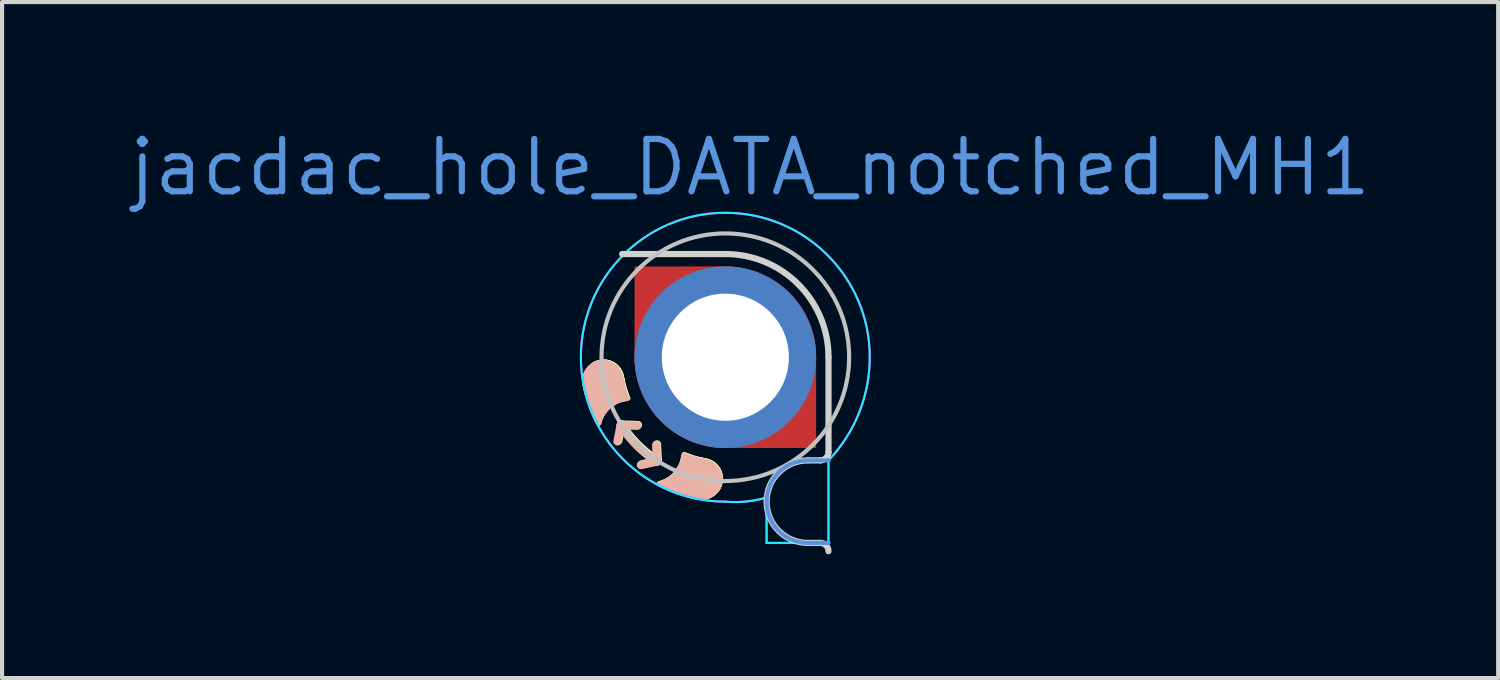
<source format=kicad_pcb>
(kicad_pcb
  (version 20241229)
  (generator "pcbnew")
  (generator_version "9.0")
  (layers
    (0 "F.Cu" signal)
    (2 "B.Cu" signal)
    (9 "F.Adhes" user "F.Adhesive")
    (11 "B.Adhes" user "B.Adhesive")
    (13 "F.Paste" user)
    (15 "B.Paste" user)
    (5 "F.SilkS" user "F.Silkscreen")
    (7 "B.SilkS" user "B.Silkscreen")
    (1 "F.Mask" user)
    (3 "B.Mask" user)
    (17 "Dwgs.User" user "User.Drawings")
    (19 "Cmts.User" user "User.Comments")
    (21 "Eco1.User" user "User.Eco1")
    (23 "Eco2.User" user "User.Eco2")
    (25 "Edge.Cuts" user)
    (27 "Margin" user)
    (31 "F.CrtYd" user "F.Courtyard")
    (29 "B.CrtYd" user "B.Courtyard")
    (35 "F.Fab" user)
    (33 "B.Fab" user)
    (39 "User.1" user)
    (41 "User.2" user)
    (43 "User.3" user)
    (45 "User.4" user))
  (footprint "jacdac_hole_DATA_notched_MH1"
    (layer "F.Cu")
    (at 14.526 5.606)
    (property "Reference" "jacdac_hole_DATA_notched_MH1" (at 0.6 -4.6 0) (layer "Cmts.User") (effects (font (size 1.27 1.27) (thickness 0.15))))
    (attr through_hole)
    (fp_poly (pts (arc (start 2.5 0) (mid 1.767767 -1.767767) (end 0 -2.5)) (xy -2.5 -2.5) (arc (start -2.5 0) (mid -1.767767 1.767767) (end 0 2.5)) (xy 2.5 2.5)) (stroke (width 0) (type solid)) (fill yes) (layer "F.Mask"))
    (fp_circle (center 0 0) (end 2.5 0) (stroke (width 0) (type solid)) (fill yes) (layer "B.Mask"))
    (fp_line (start -3.399 0.554) (end -3.399 0.576) (stroke (width 0.1) (type solid)) (layer "F.SilkS"))
    (fp_line (start -3.399 0.532) (end -3.399 0.554) (stroke (width 0.1) (type solid)) (layer "F.SilkS"))
    (fp_line (start -3.399 0.576) (end -3.397 0.599) (stroke (width 0.1) (type solid)) (layer "F.SilkS"))
    (fp_line (start -3.397 0.51) (end -3.399 0.532) (stroke (width 0.1) (type solid)) (layer "F.SilkS"))
    (fp_line (start -3.397 0.599) (end -3.394 0.622) (stroke (width 0.1) (type solid)) (layer "F.SilkS"))
    (fp_line (start -3.394 0.488) (end -3.397 0.51) (stroke (width 0.1) (type solid)) (layer "F.SilkS"))
    (fp_line (start -3.394 0.622) (end -3.368 0.749) (stroke (width 0.1) (type solid)) (layer "F.SilkS"))
    (fp_line (start -3.394 0.622) (end -3.39 0.644) (stroke (width 0.1) (type solid)) (layer "F.SilkS"))
    (fp_line (start -3.391 0.466) (end -3.394 0.488) (stroke (width 0.1) (type solid)) (layer "F.SilkS"))
    (fp_line (start -3.386 0.445) (end -3.391 0.466) (stroke (width 0.1) (type solid)) (layer "F.SilkS"))
    (fp_line (start -3.38 0.424) (end -3.386 0.445) (stroke (width 0.1) (type solid)) (layer "F.SilkS"))
    (fp_line (start -3.373 0.404) (end -3.38 0.424) (stroke (width 0.1) (type solid)) (layer "F.SilkS"))
    (fp_line (start -3.368 0.749) (end -3.338 0.875) (stroke (width 0.1) (type solid)) (layer "F.SilkS"))
    (fp_line (start -3.366 0.383) (end -3.373 0.404) (stroke (width 0.1) (type solid)) (layer "F.SilkS"))
    (fp_line (start -3.357 0.364) (end -3.366 0.383) (stroke (width 0.1) (type solid)) (layer "F.SilkS"))
    (fp_line (start -3.348 0.344) (end -3.357 0.364) (stroke (width 0.1) (type solid)) (layer "F.SilkS"))
    (fp_line (start -3.338 0.875) (end -3.302 0.999) (stroke (width 0.1) (type solid)) (layer "F.SilkS"))
    (fp_line (start -3.337 0.326) (end -3.348 0.344) (stroke (width 0.1) (type solid)) (layer "F.SilkS"))
    (fp_line (start -3.326 0.307) (end -3.337 0.326) (stroke (width 0.1) (type solid)) (layer "F.SilkS"))
    (fp_line (start -3.314 0.29) (end -3.326 0.307) (stroke (width 0.1) (type solid)) (layer "F.SilkS"))
    (fp_line (start -3.302 0.999) (end -3.263 1.122) (stroke (width 0.1) (type solid)) (layer "F.SilkS"))
    (fp_line (start -3.3 0.272) (end -3.314 0.29) (stroke (width 0.1) (type solid)) (layer "F.SilkS"))
    (fp_line (start -3.287 0.256) (end -3.3 0.272) (stroke (width 0.1) (type solid)) (layer "F.SilkS"))
    (fp_line (start -3.272 0.24) (end -3.287 0.256) (stroke (width 0.1) (type solid)) (layer "F.SilkS"))
    (fp_line (start -3.263 1.122) (end -3.218 1.244) (stroke (width 0.1) (type solid)) (layer "F.SilkS"))
    (fp_line (start -3.257 0.225) (end -3.272 0.24) (stroke (width 0.1) (type solid)) (layer "F.SilkS"))
    (fp_line (start -3.24 0.211) (end -3.257 0.225) (stroke (width 0.1) (type solid)) (layer "F.SilkS"))
    (fp_line (start -3.224 0.197) (end -3.24 0.211) (stroke (width 0.1) (type solid)) (layer "F.SilkS"))
    (fp_line (start -3.218 1.244) (end -3.169 1.363) (stroke (width 0.1) (type solid)) (layer "F.SilkS"))
    (fp_line (start -3.206 0.184) (end -3.224 0.197) (stroke (width 0.1) (type solid)) (layer "F.SilkS"))
    (fp_line (start -3.188 0.172) (end -3.206 0.184) (stroke (width 0.1) (type solid)) (layer "F.SilkS"))
    (fp_line (start -3.169 1.363) (end -3.116 1.481) (stroke (width 0.1) (type solid)) (layer "F.SilkS"))
    (fp_line (start -3.169 0.161) (end -3.188 0.172) (stroke (width 0.1) (type solid)) (layer "F.SilkS"))
    (fp_line (start -3.149 0.15) (end -3.169 0.161) (stroke (width 0.1) (type solid)) (layer "F.SilkS"))
    (fp_line (start -3.129 0.141) (end -3.149 0.15) (stroke (width 0.1) (type solid)) (layer "F.SilkS"))
    (fp_line (start -3.116 1.481) (end -3.058 1.597) (stroke (width 0.1) (type solid)) (layer "F.SilkS"))
    (fp_line (start -3.108 0.133) (end -3.129 0.141) (stroke (width 0.1) (type solid)) (layer "F.SilkS"))
    (fp_line (start -3.087 0.125) (end -3.108 0.133) (stroke (width 0.1) (type solid)) (layer "F.SilkS"))
    (fp_line (start -3.069 1.236) (end -3.069 1.261) (stroke (width 0.33) (type solid)) (layer "F.SilkS"))
    (fp_line (start -3.069 1.261) (end -3.066 1.286) (stroke (width 0.33) (type solid)) (layer "F.SilkS"))
    (fp_line (start -3.069 1.211) (end -3.069 1.236) (stroke (width 0.33) (type solid)) (layer "F.SilkS"))
    (fp_line (start -3.066 1.286) (end -3.062 1.311) (stroke (width 0.33) (type solid)) (layer "F.SilkS"))
    (fp_line (start -3.066 1.186) (end -3.069 1.211) (stroke (width 0.33) (type solid)) (layer "F.SilkS"))
    (fp_line (start -3.065 0.119) (end -3.087 0.125) (stroke (width 0.1) (type solid)) (layer "F.SilkS"))
    (fp_line (start -3.062 1.161) (end -3.066 1.186) (stroke (width 0.33) (type solid)) (layer "F.SilkS"))
    (fp_line (start -3.058 1.597) (end -3.058 1.597) (stroke (width 0.1) (type solid)) (layer "F.SilkS"))
    (fp_line (start -3.058 1.597) (end -3.049 1.566) (stroke (width 0.1) (type solid)) (layer "F.SilkS"))
    (fp_line (start -3.056 1.137) (end -3.062 1.161) (stroke (width 0.33) (type solid)) (layer "F.SilkS"))
    (fp_line (start -3.049 1.566) (end -3.04 1.536) (stroke (width 0.1) (type solid)) (layer "F.SilkS"))
    (fp_line (start -3.048 1.114) (end -3.056 1.137) (stroke (width 0.33) (type solid)) (layer "F.SilkS"))
    (fp_line (start -3.043 0.113) (end -3.065 0.119) (stroke (width 0.1) (type solid)) (layer "F.SilkS"))
    (fp_line (start -3.043 0.113) (end -3.043 0.113) (stroke (width 0.1) (type solid)) (layer "F.SilkS"))
    (fp_line (start -3.04 1.536) (end -3.029 1.506) (stroke (width 0.1) (type solid)) (layer "F.SilkS"))
    (fp_line (start -3.039 1.09) (end -3.048 1.114) (stroke (width 0.33) (type solid)) (layer "F.SilkS"))
    (fp_line (start -3.029 1.506) (end -3.017 1.477) (stroke (width 0.1) (type solid)) (layer "F.SilkS"))
    (fp_line (start -3.029 1.068) (end -3.039 1.09) (stroke (width 0.33) (type solid)) (layer "F.SilkS"))
    (fp_line (start -3.02 0.109) (end -3.043 0.113) (stroke (width 0.1) (type solid)) (layer "F.SilkS"))
    (fp_line (start -3.017 1.477) (end -3.005 1.448) (stroke (width 0.1) (type solid)) (layer "F.SilkS"))
    (fp_line (start -3.017 1.046) (end -3.029 1.068) (stroke (width 0.33) (type solid)) (layer "F.SilkS"))
    (fp_line (start -3.005 1.448) (end -2.991 1.42) (stroke (width 0.1) (type solid)) (layer "F.SilkS"))
    (fp_line (start -3.003 1.025) (end -3.017 1.046) (stroke (width 0.33) (type solid)) (layer "F.SilkS"))
    (fp_line (start -2.997 0.106) (end -3.02 0.109) (stroke (width 0.1) (type solid)) (layer "F.SilkS"))
    (fp_line (start -2.991 1.42) (end -2.976 1.393) (stroke (width 0.1) (type solid)) (layer "F.SilkS"))
    (fp_line (start -2.988 1.005) (end -3.003 1.025) (stroke (width 0.33) (type solid)) (layer "F.SilkS"))
    (fp_line (start -2.976 1.393) (end -2.96 1.367) (stroke (width 0.1) (type solid)) (layer "F.SilkS"))
    (fp_line (start -2.975 0.104) (end -2.997 0.106) (stroke (width 0.1) (type solid)) (layer "F.SilkS"))
    (fp_line (start -2.971 0.986) (end -2.988 1.005) (stroke (width 0.33) (type solid)) (layer "F.SilkS"))
    (fp_line (start -2.96 1.367) (end -2.943 1.341) (stroke (width 0.1) (type solid)) (layer "F.SilkS"))
    (fp_line (start -2.954 0.968) (end -2.971 0.986) (stroke (width 0.33) (type solid)) (layer "F.SilkS"))
    (fp_line (start -2.952 0.104) (end -2.975 0.104) (stroke (width 0.1) (type solid)) (layer "F.SilkS"))
    (fp_line (start -2.947 0.566) (end -2.94 0.603) (stroke (width 1) (type solid)) (layer "F.SilkS"))
    (fp_line (start -2.943 1.341) (end -2.925 1.316) (stroke (width 0.1) (type solid)) (layer "F.SilkS"))
    (fp_line (start -2.94 0.603) (end -2.932 0.639) (stroke (width 1) (type solid)) (layer "F.SilkS"))
    (fp_line (start -2.934 0.951) (end -2.954 0.968) (stroke (width 0.33) (type solid)) (layer "F.SilkS"))
    (fp_line (start -2.934 0.951) (end -2.934 0.951) (stroke (width 0.33) (type solid)) (layer "F.SilkS"))
    (fp_line (start -2.932 0.639) (end -2.924 0.675) (stroke (width 1) (type solid)) (layer "F.SilkS"))
    (fp_line (start -2.93 0.104) (end -2.952 0.104) (stroke (width 0.1) (type solid)) (layer "F.SilkS"))
    (fp_line (start -2.925 1.316) (end -2.907 1.291) (stroke (width 0.1) (type solid)) (layer "F.SilkS"))
    (fp_line (start -2.924 0.675) (end -2.915 0.711) (stroke (width 1) (type solid)) (layer "F.SilkS"))
    (fp_line (start -2.914 0.936) (end -2.934 0.951) (stroke (width 0.33) (type solid)) (layer "F.SilkS"))
    (fp_line (start -2.908 0.105) (end -2.93 0.104) (stroke (width 0.1) (type solid)) (layer "F.SilkS"))
    (fp_line (start -2.907 1.291) (end -2.887 1.268) (stroke (width 0.1) (type solid)) (layer "F.SilkS"))
    (fp_line (start -2.893 0.922) (end -2.914 0.936) (stroke (width 0.33) (type solid)) (layer "F.SilkS"))
    (fp_line (start -2.887 1.268) (end -2.866 1.245) (stroke (width 0.1) (type solid)) (layer "F.SilkS"))
    (fp_line (start -2.886 0.108) (end -2.908 0.105) (stroke (width 0.1) (type solid)) (layer "F.SilkS"))
    (fp_line (start -2.871 0.909) (end -2.893 0.922) (stroke (width 0.33) (type solid)) (layer "F.SilkS"))
    (fp_line (start -2.866 1.245) (end -2.845 1.223) (stroke (width 0.1) (type solid)) (layer "F.SilkS"))
    (fp_line (start -2.865 0.111) (end -2.886 0.108) (stroke (width 0.1) (type solid)) (layer "F.SilkS"))
    (fp_line (start -2.848 0.898) (end -2.871 0.909) (stroke (width 0.33) (type solid)) (layer "F.SilkS"))
    (fp_line (start -2.845 1.223) (end -2.823 1.202) (stroke (width 0.1) (type solid)) (layer "F.SilkS"))
    (fp_line (start -2.843 0.116) (end -2.865 0.111) (stroke (width 0.1) (type solid)) (layer "F.SilkS"))
    (fp_line (start -2.825 0.889) (end -2.848 0.898) (stroke (width 0.33) (type solid)) (layer "F.SilkS"))
    (fp_line (start -2.823 1.202) (end -2.8 1.181) (stroke (width 0.1) (type solid)) (layer "F.SilkS"))
    (fp_line (start -2.822 0.122) (end -2.843 0.116) (stroke (width 0.1) (type solid)) (layer "F.SilkS"))
    (fp_line (start -2.802 0.128) (end -2.822 0.122) (stroke (width 0.1) (type solid)) (layer "F.SilkS"))
    (fp_line (start -2.802 0.881) (end -2.825 0.889) (stroke (width 0.33) (type solid)) (layer "F.SilkS"))
    (fp_line (start -2.8 1.181) (end -2.776 1.162) (stroke (width 0.1) (type solid)) (layer "F.SilkS"))
    (fp_line (start -2.782 0.136) (end -2.802 0.128) (stroke (width 0.1) (type solid)) (layer "F.SilkS"))
    (fp_line (start -2.777 0.875) (end -2.802 0.881) (stroke (width 0.33) (type solid)) (layer "F.SilkS"))
    (fp_line (start -2.776 1.162) (end -2.752 1.144) (stroke (width 0.1) (type solid)) (layer "F.SilkS"))
    (fp_line (start -2.762 0.144) (end -2.782 0.136) (stroke (width 0.1) (type solid)) (layer "F.SilkS"))
    (fp_line (start -2.753 0.871) (end -2.777 0.875) (stroke (width 0.33) (type solid)) (layer "F.SilkS"))
    (fp_line (start -2.752 1.144) (end -2.727 1.126) (stroke (width 0.1) (type solid)) (layer "F.SilkS"))
    (fp_line (start -2.742 0.154) (end -2.762 0.144) (stroke (width 0.1) (type solid)) (layer "F.SilkS"))
    (fp_line (start -2.728 0.868) (end -2.753 0.871) (stroke (width 0.33) (type solid)) (layer "F.SilkS"))
    (fp_line (start -2.727 1.126) (end -2.701 1.109) (stroke (width 0.1) (type solid)) (layer "F.SilkS"))
    (fp_line (start -2.724 0.164) (end -2.742 0.154) (stroke (width 0.1) (type solid)) (layer "F.SilkS"))
    (fp_line (start -2.705 0.175) (end -2.724 0.164) (stroke (width 0.1) (type solid)) (layer "F.SilkS"))
    (fp_line (start -2.704 0.867) (end -2.728 0.868) (stroke (width 0.33) (type solid)) (layer "F.SilkS"))
    (fp_line (start -2.701 1.109) (end -2.675 1.094) (stroke (width 0.1) (type solid)) (layer "F.SilkS"))
    (fp_line (start -2.687 0.187) (end -2.705 0.175) (stroke (width 0.1) (type solid)) (layer "F.SilkS"))
    (fp_line (start -2.679 0.868) (end -2.704 0.867) (stroke (width 0.33) (type solid)) (layer "F.SilkS"))
    (fp_line (start -2.675 1.094) (end -2.648 1.079) (stroke (width 0.1) (type solid)) (layer "F.SilkS"))
    (fp_line (start -2.67 0.2) (end -2.687 0.187) (stroke (width 0.1) (type solid)) (layer "F.SilkS"))
    (fp_line (start -2.654 0.87) (end -2.679 0.868) (stroke (width 0.33) (type solid)) (layer "F.SilkS"))
    (fp_line (start -2.654 0.214) (end -2.67 0.2) (stroke (width 0.1) (type solid)) (layer "F.SilkS"))
    (fp_line (start -2.648 1.079) (end -2.62 1.066) (stroke (width 0.1) (type solid)) (layer "F.SilkS"))
    (fp_line (start -2.638 0.229) (end -2.654 0.214) (stroke (width 0.1) (type solid)) (layer "F.SilkS"))
    (fp_line (start -2.629 0.874) (end -2.654 0.87) (stroke (width 0.33) (type solid)) (layer "F.SilkS"))
    (fp_line (start -2.622 0.244) (end -2.638 0.229) (stroke (width 0.1) (type solid)) (layer "F.SilkS"))
    (fp_line (start -2.62 1.066) (end -2.592 1.053) (stroke (width 0.1) (type solid)) (layer "F.SilkS"))
    (fp_line (start -2.608 0.26) (end -2.622 0.244) (stroke (width 0.1) (type solid)) (layer "F.SilkS"))
    (fp_line (start -2.605 0.879) (end -2.629 0.874) (stroke (width 0.33) (type solid)) (layer "F.SilkS"))
    (fp_line (start -2.594 0.277) (end -2.608 0.26) (stroke (width 0.1) (type solid)) (layer "F.SilkS"))
    (fp_line (start -2.594 2.023) (end -2.518 1.63) (stroke (width 0.2) (type solid)) (layer "F.SilkS"))
    (fp_line (start -2.592 1.053) (end -2.563 1.042) (stroke (width 0.1) (type solid)) (layer "F.SilkS"))
    (fp_line (start -2.581 0.294) (end -2.594 0.277) (stroke (width 0.1) (type solid)) (layer "F.SilkS"))
    (fp_line (start -2.58 0.887) (end -2.605 0.879) (stroke (width 0.33) (type solid)) (layer "F.SilkS"))
    (fp_line (start -2.569 0.312) (end -2.581 0.294) (stroke (width 0.1) (type solid)) (layer "F.SilkS"))
    (fp_line (start -2.563 1.042) (end -2.534 1.031) (stroke (width 0.1) (type solid)) (layer "F.SilkS"))
    (fp_line (start -2.558 0.331) (end -2.569 0.312) (stroke (width 0.1) (type solid)) (layer "F.SilkS"))
    (fp_line (start -2.556 0.896) (end -2.58 0.887) (stroke (width 0.33) (type solid)) (layer "F.SilkS"))
    (fp_line (start -2.547 0.351) (end -2.558 0.331) (stroke (width 0.1) (type solid)) (layer "F.SilkS"))
    (fp_line (start -2.538 0.371) (end -2.547 0.351) (stroke (width 0.1) (type solid)) (layer "F.SilkS"))
    (fp_line (start -2.534 1.031) (end -2.504 1.022) (stroke (width 0.1) (type solid)) (layer "F.SilkS"))
    (fp_line (start -2.529 0.392) (end -2.538 0.371) (stroke (width 0.1) (type solid)) (layer "F.SilkS"))
    (fp_line (start -2.522 0.413) (end -2.529 0.392) (stroke (width 0.1) (type solid)) (layer "F.SilkS"))
    (fp_line (start -2.518 1.63) (end -2.474 1.696) (stroke (width 0.2) (type solid)) (layer "F.SilkS"))
    (fp_line (start -2.518 1.63) (end -2.118 1.644) (stroke (width 0.2) (type solid)) (layer "F.SilkS"))
    (fp_line (start -2.515 0.435) (end -2.522 0.413) (stroke (width 0.1) (type solid)) (layer "F.SilkS"))
    (fp_line (start -2.51 0.457) (end -2.515 0.435) (stroke (width 0.1) (type solid)) (layer "F.SilkS"))
    (fp_line (start -2.51 0.457) (end -2.497 0.523) (stroke (width 0.1) (type solid)) (layer "F.SilkS"))
    (fp_line (start -2.504 1.022) (end -2.474 1.014) (stroke (width 0.1) (type solid)) (layer "F.SilkS"))
    (fp_line (start -2.497 0.523) (end -2.482 0.588) (stroke (width 0.1) (type solid)) (layer "F.SilkS"))
    (fp_line (start -2.482 0.588) (end -2.466 0.653) (stroke (width 0.1) (type solid)) (layer "F.SilkS"))
    (fp_line (start -2.474 1.696) (end -2.428 1.76) (stroke (width 0.2) (type solid)) (layer "F.SilkS"))
    (fp_line (start -2.474 1.014) (end -2.443 1.007) (stroke (width 0.1) (type solid)) (layer "F.SilkS"))
    (fp_line (start -2.466 0.653) (end -2.448 0.717) (stroke (width 0.1) (type solid)) (layer "F.SilkS"))
    (fp_line (start -2.448 0.717) (end -2.428 0.781) (stroke (width 0.1) (type solid)) (layer "F.SilkS"))
    (fp_line (start -2.443 1.007) (end -2.412 1.001) (stroke (width 0.1) (type solid)) (layer "F.SilkS"))
    (fp_line (start -2.428 1.76) (end -2.381 1.823) (stroke (width 0.2) (type solid)) (layer "F.SilkS"))
    (fp_line (start -2.428 0.781) (end -2.406 0.844) (stroke (width 0.1) (type solid)) (layer "F.SilkS"))
    (fp_line (start -2.412 1.001) (end -2.38 0.997) (stroke (width 0.1) (type solid)) (layer "F.SilkS"))
    (fp_line (start -2.406 0.844) (end -2.383 0.907) (stroke (width 0.1) (type solid)) (layer "F.SilkS"))
    (fp_line (start -2.383 0.907) (end -2.359 0.969) (stroke (width 0.1) (type solid)) (layer "F.SilkS"))
    (fp_line (start -2.381 1.823) (end -2.333 1.885) (stroke (width 0.2) (type solid)) (layer "F.SilkS"))
    (fp_line (start -2.38 0.997) (end -2.349 0.993) (stroke (width 0.1) (type solid)) (layer "F.SilkS"))
    (fp_line (start -2.333 1.885) (end -2.283 1.945) (stroke (width 0.2) (type solid)) (layer "F.SilkS"))
    (fp_line (start -2.283 1.945) (end -2.231 2.004) (stroke (width 0.2) (type solid)) (layer "F.SilkS"))
    (fp_line (start -2.231 2.004) (end -2.178 2.061) (stroke (width 0.2) (type solid)) (layer "F.SilkS"))
    (fp_line (start -2.178 2.061) (end -2.123 2.118) (stroke (width 0.2) (type solid)) (layer "F.SilkS"))
    (fp_line (start -2.123 2.118) (end -2.067 2.172) (stroke (width 0.2) (type solid)) (layer "F.SilkS"))
    (fp_line (start -2.067 2.172) (end -2.009 2.226) (stroke (width 0.2) (type solid)) (layer "F.SilkS"))
    (fp_line (start -2.009 2.226) (end -1.95 2.277) (stroke (width 0.2) (type solid)) (layer "F.SilkS"))
    (fp_line (start -1.95 2.277) (end -1.89 2.327) (stroke (width 0.2) (type solid)) (layer "F.SilkS"))
    (fp_line (start -1.89 2.327) (end -1.828 2.376) (stroke (width 0.2) (type solid)) (layer "F.SilkS"))
    (fp_line (start -1.828 2.376) (end -1.765 2.423) (stroke (width 0.2) (type solid)) (layer "F.SilkS"))
    (fp_line (start -1.765 2.423) (end -1.701 2.469) (stroke (width 0.2) (type solid)) (layer "F.SilkS"))
    (fp_line (start -1.701 2.469) (end -1.635 2.512) (stroke (width 0.2) (type solid)) (layer "F.SilkS"))
    (fp_line (start -1.635 2.512) (end -2.027 2.596) (stroke (width 0.2) (type solid)) (layer "F.SilkS"))
    (fp_line (start -1.635 2.512) (end -1.656 2.113) (stroke (width 0.2) (type solid)) (layer "F.SilkS"))
    (fp_line (start -1.602 3.053) (end -1.571 3.044) (stroke (width 0.1) (type solid)) (layer "F.SilkS"))
    (fp_line (start -1.602 3.053) (end -1.486 3.11) (stroke (width 0.1) (type solid)) (layer "F.SilkS"))
    (fp_line (start -1.571 3.044) (end -1.541 3.035) (stroke (width 0.1) (type solid)) (layer "F.SilkS"))
    (fp_line (start -1.541 3.035) (end -1.511 3.024) (stroke (width 0.1) (type solid)) (layer "F.SilkS"))
    (fp_line (start -1.511 3.024) (end -1.482 3.012) (stroke (width 0.1) (type solid)) (layer "F.SilkS"))
    (fp_line (start -1.486 3.11) (end -1.369 3.164) (stroke (width 0.1) (type solid)) (layer "F.SilkS"))
    (fp_line (start -1.482 3.012) (end -1.454 2.999) (stroke (width 0.1) (type solid)) (layer "F.SilkS"))
    (fp_line (start -1.454 2.999) (end -1.426 2.986) (stroke (width 0.1) (type solid)) (layer "F.SilkS"))
    (fp_line (start -1.426 2.986) (end -1.398 2.971) (stroke (width 0.1) (type solid)) (layer "F.SilkS"))
    (fp_line (start -1.398 2.971) (end -1.372 2.955) (stroke (width 0.1) (type solid)) (layer "F.SilkS"))
    (fp_line (start -1.372 2.955) (end -1.346 2.938) (stroke (width 0.1) (type solid)) (layer "F.SilkS"))
    (fp_line (start -1.369 3.164) (end -1.249 3.213) (stroke (width 0.1) (type solid)) (layer "F.SilkS"))
    (fp_line (start -1.346 2.938) (end -1.321 2.92) (stroke (width 0.1) (type solid)) (layer "F.SilkS"))
    (fp_line (start -1.321 2.92) (end -1.296 2.901) (stroke (width 0.1) (type solid)) (layer "F.SilkS"))
    (fp_line (start -1.317 3.057) (end -1.291 3.061) (stroke (width 0.33) (type solid)) (layer "F.SilkS"))
    (fp_line (start -1.296 2.901) (end -1.273 2.882) (stroke (width 0.1) (type solid)) (layer "F.SilkS"))
    (fp_line (start -1.291 3.061) (end -1.266 3.064) (stroke (width 0.33) (type solid)) (layer "F.SilkS"))
    (fp_line (start -1.273 2.882) (end -1.25 2.861) (stroke (width 0.1) (type solid)) (layer "F.SilkS"))
    (fp_line (start -1.266 3.064) (end -1.241 3.064) (stroke (width 0.33) (type solid)) (layer "F.SilkS"))
    (fp_line (start -1.25 2.861) (end -1.228 2.84) (stroke (width 0.1) (type solid)) (layer "F.SilkS"))
    (fp_line (start -1.249 3.213) (end -1.128 3.257) (stroke (width 0.1) (type solid)) (layer "F.SilkS"))
    (fp_line (start -1.241 3.064) (end -1.216 3.063) (stroke (width 0.33) (type solid)) (layer "F.SilkS"))
    (fp_line (start -1.228 2.84) (end -1.207 2.818) (stroke (width 0.1) (type solid)) (layer "F.SilkS"))
    (fp_line (start -1.216 3.063) (end -1.191 3.061) (stroke (width 0.33) (type solid)) (layer "F.SilkS"))
    (fp_line (start -1.207 2.818) (end -1.187 2.795) (stroke (width 0.1) (type solid)) (layer "F.SilkS"))
    (fp_line (start -1.191 3.061) (end -1.167 3.056) (stroke (width 0.33) (type solid)) (layer "F.SilkS"))
    (fp_line (start -1.187 2.795) (end -1.167 2.771) (stroke (width 0.1) (type solid)) (layer "F.SilkS"))
    (fp_line (start -1.167 2.771) (end -1.149 2.747) (stroke (width 0.1) (type solid)) (layer "F.SilkS"))
    (fp_line (start -1.167 3.056) (end -1.142 3.051) (stroke (width 0.33) (type solid)) (layer "F.SilkS"))
    (fp_line (start -1.149 2.747) (end -1.131 2.722) (stroke (width 0.1) (type solid)) (layer "F.SilkS"))
    (fp_line (start -1.142 3.051) (end -1.119 3.043) (stroke (width 0.33) (type solid)) (layer "F.SilkS"))
    (fp_line (start -1.131 2.722) (end -1.115 2.696) (stroke (width 0.1) (type solid)) (layer "F.SilkS"))
    (fp_line (start -1.128 3.257) (end -1.005 3.297) (stroke (width 0.1) (type solid)) (layer "F.SilkS"))
    (fp_line (start -1.119 3.043) (end -1.096 3.034) (stroke (width 0.33) (type solid)) (layer "F.SilkS"))
    (fp_line (start -1.115 2.696) (end -1.099 2.669) (stroke (width 0.1) (type solid)) (layer "F.SilkS"))
    (fp_line (start -1.099 2.669) (end -1.084 2.642) (stroke (width 0.1) (type solid)) (layer "F.SilkS"))
    (fp_line (start -1.096 3.034) (end -1.073 3.023) (stroke (width 0.33) (type solid)) (layer "F.SilkS"))
    (fp_line (start -1.084 2.642) (end -1.071 2.615) (stroke (width 0.1) (type solid)) (layer "F.SilkS"))
    (fp_line (start -1.073 3.023) (end -1.051 3.011) (stroke (width 0.33) (type solid)) (layer "F.SilkS"))
    (fp_line (start -1.071 2.615) (end -1.058 2.586) (stroke (width 0.1) (type solid)) (layer "F.SilkS"))
    (fp_line (start -1.058 2.586) (end -1.047 2.558) (stroke (width 0.1) (type solid)) (layer "F.SilkS"))
    (fp_line (start -1.051 3.011) (end -1.031 2.998) (stroke (width 0.33) (type solid)) (layer "F.SilkS"))
    (fp_line (start -1.047 2.558) (end -1.037 2.528) (stroke (width 0.1) (type solid)) (layer "F.SilkS"))
    (fp_line (start -1.037 2.528) (end -1.027 2.499) (stroke (width 0.1) (type solid)) (layer "F.SilkS"))
    (fp_line (start -1.031 2.998) (end -1.01 2.983) (stroke (width 0.33) (type solid)) (layer "F.SilkS"))
    (fp_line (start -1.027 2.499) (end -1.019 2.468) (stroke (width 0.1) (type solid)) (layer "F.SilkS"))
    (fp_line (start -1.019 2.468) (end -1.012 2.438) (stroke (width 0.1) (type solid)) (layer "F.SilkS"))
    (fp_line (start -1.012 2.438) (end -1.006 2.407) (stroke (width 0.1) (type solid)) (layer "F.SilkS"))
    (fp_line (start -1.01 2.983) (end -0.991 2.966) (stroke (width 0.33) (type solid)) (layer "F.SilkS"))
    (fp_line (start -1.006 2.407) (end -1.002 2.375) (stroke (width 0.1) (type solid)) (layer "F.SilkS"))
    (fp_line (start -1.005 3.297) (end -0.88 3.333) (stroke (width 0.1) (type solid)) (layer "F.SilkS"))
    (fp_line (start -1.002 2.375) (end -0.999 2.343) (stroke (width 0.1) (type solid)) (layer "F.SilkS"))
    (fp_line (start -0.991 2.966) (end -0.973 2.948) (stroke (width 0.33) (type solid)) (layer "F.SilkS"))
    (fp_line (start -0.974 2.353) (end -0.912 2.378) (stroke (width 0.1) (type solid)) (layer "F.SilkS"))
    (fp_line (start -0.973 2.948) (end -0.956 2.929) (stroke (width 0.33) (type solid)) (layer "F.SilkS"))
    (fp_line (start -0.956 2.929) (end -0.956 2.929) (stroke (width 0.33) (type solid)) (layer "F.SilkS"))
    (fp_line (start -0.956 2.929) (end -0.941 2.909) (stroke (width 0.33) (type solid)) (layer "F.SilkS"))
    (fp_line (start -0.941 2.909) (end -0.927 2.888) (stroke (width 0.33) (type solid)) (layer "F.SilkS"))
    (fp_line (start -0.927 2.888) (end -0.914 2.866) (stroke (width 0.33) (type solid)) (layer "F.SilkS"))
    (fp_line (start -0.914 2.866) (end -0.903 2.843) (stroke (width 0.33) (type solid)) (layer "F.SilkS"))
    (fp_line (start -0.912 2.378) (end -0.849 2.401) (stroke (width 0.1) (type solid)) (layer "F.SilkS"))
    (fp_line (start -0.903 2.843) (end -0.894 2.82) (stroke (width 0.33) (type solid)) (layer "F.SilkS"))
    (fp_line (start -0.894 2.82) (end -0.887 2.796) (stroke (width 0.33) (type solid)) (layer "F.SilkS"))
    (fp_line (start -0.892 2.575) (end -0.901 2.551) (stroke (width 0.33) (type solid)) (layer "F.SilkS"))
    (fp_line (start -0.887 2.796) (end -0.881 2.772) (stroke (width 0.33) (type solid)) (layer "F.SilkS"))
    (fp_line (start -0.885 2.599) (end -0.892 2.575) (stroke (width 0.33) (type solid)) (layer "F.SilkS"))
    (fp_line (start -0.881 2.772) (end -0.876 2.748) (stroke (width 0.33) (type solid)) (layer "F.SilkS"))
    (fp_line (start -0.88 3.333) (end -0.754 3.363) (stroke (width 0.1) (type solid)) (layer "F.SilkS"))
    (fp_line (start -0.879 2.624) (end -0.885 2.599) (stroke (width 0.33) (type solid)) (layer "F.SilkS"))
    (fp_line (start -0.876 2.748) (end -0.873 2.723) (stroke (width 0.33) (type solid)) (layer "F.SilkS"))
    (fp_line (start -0.875 2.649) (end -0.879 2.624) (stroke (width 0.33) (type solid)) (layer "F.SilkS"))
    (fp_line (start -0.873 2.723) (end -0.872 2.698) (stroke (width 0.33) (type solid)) (layer "F.SilkS"))
    (fp_line (start -0.873 2.674) (end -0.875 2.649) (stroke (width 0.33) (type solid)) (layer "F.SilkS"))
    (fp_line (start -0.872 2.698) (end -0.873 2.674) (stroke (width 0.33) (type solid)) (layer "F.SilkS"))
    (fp_line (start -0.849 2.401) (end -0.786 2.423) (stroke (width 0.1) (type solid)) (layer "F.SilkS"))
    (fp_line (start -0.786 2.423) (end -0.722 2.442) (stroke (width 0.1) (type solid)) (layer "F.SilkS"))
    (fp_line (start -0.754 3.363) (end -0.628 3.389) (stroke (width 0.1) (type solid)) (layer "F.SilkS"))
    (fp_line (start -0.722 2.442) (end -0.658 2.46) (stroke (width 0.1) (type solid)) (layer "F.SilkS"))
    (fp_line (start -0.716 2.91) (end -0.68 2.919) (stroke (width 1) (type solid)) (layer "F.SilkS"))
    (fp_line (start -0.68 2.919) (end -0.644 2.927) (stroke (width 1) (type solid)) (layer "F.SilkS"))
    (fp_line (start -0.658 2.46) (end -0.593 2.477) (stroke (width 0.1) (type solid)) (layer "F.SilkS"))
    (fp_line (start -0.644 2.927) (end -0.608 2.934) (stroke (width 1) (type solid)) (layer "F.SilkS"))
    (fp_line (start -0.62 3.39) (end -0.649 3.385) (stroke (width 0.1) (type solid)) (layer "F.SilkS"))
    (fp_line (start -0.608 2.934) (end -0.571 2.942) (stroke (width 1) (type solid)) (layer "F.SilkS"))
    (fp_line (start -0.593 2.477) (end -0.528 2.491) (stroke (width 0.1) (type solid)) (layer "F.SilkS"))
    (fp_line (start -0.59 3.393) (end -0.62 3.39) (stroke (width 0.1) (type solid)) (layer "F.SilkS"))
    (fp_line (start -0.561 3.395) (end -0.59 3.393) (stroke (width 0.1) (type solid)) (layer "F.SilkS"))
    (fp_line (start -0.531 3.394) (end -0.561 3.395) (stroke (width 0.1) (type solid)) (layer "F.SilkS"))
    (fp_line (start -0.528 2.491) (end -0.462 2.504) (stroke (width 0.1) (type solid)) (layer "F.SilkS"))
    (fp_line (start -0.502 3.391) (end -0.531 3.394) (stroke (width 0.1) (type solid)) (layer "F.SilkS"))
    (fp_line (start -0.473 3.387) (end -0.502 3.391) (stroke (width 0.1) (type solid)) (layer "F.SilkS"))
    (fp_line (start -0.462 2.504) (end -0.462 2.504) (stroke (width 0.1) (type solid)) (layer "F.SilkS"))
    (fp_line (start -0.462 2.504) (end -0.433 2.512) (stroke (width 0.1) (type solid)) (layer "F.SilkS"))
    (fp_line (start -0.445 3.381) (end -0.473 3.387) (stroke (width 0.1) (type solid)) (layer "F.SilkS"))
    (fp_line (start -0.433 2.512) (end -0.405 2.521) (stroke (width 0.1) (type solid)) (layer "F.SilkS"))
    (fp_line (start -0.417 3.373) (end -0.445 3.381) (stroke (width 0.1) (type solid)) (layer "F.SilkS"))
    (fp_line (start -0.405 2.521) (end -0.377 2.531) (stroke (width 0.1) (type solid)) (layer "F.SilkS"))
    (fp_line (start -0.389 3.363) (end -0.417 3.373) (stroke (width 0.1) (type solid)) (layer "F.SilkS"))
    (fp_line (start -0.377 2.531) (end -0.351 2.544) (stroke (width 0.1) (type solid)) (layer "F.SilkS"))
    (fp_line (start -0.363 3.351) (end -0.389 3.363) (stroke (width 0.1) (type solid)) (layer "F.SilkS"))
    (fp_line (start -0.351 2.544) (end -0.325 2.558) (stroke (width 0.1) (type solid)) (layer "F.SilkS"))
    (fp_line (start -0.337 3.338) (end -0.363 3.351) (stroke (width 0.1) (type solid)) (layer "F.SilkS"))
    (fp_line (start -0.325 2.558) (end -0.3 2.574) (stroke (width 0.1) (type solid)) (layer "F.SilkS"))
    (fp_line (start -0.312 3.323) (end -0.337 3.338) (stroke (width 0.1) (type solid)) (layer "F.SilkS"))
    (fp_line (start -0.3 2.574) (end -0.277 2.591) (stroke (width 0.1) (type solid)) (layer "F.SilkS"))
    (fp_line (start -0.287 3.306) (end -0.312 3.323) (stroke (width 0.1) (type solid)) (layer "F.SilkS"))
    (fp_line (start -0.277 2.591) (end -0.255 2.61) (stroke (width 0.1) (type solid)) (layer "F.SilkS"))
    (fp_line (start -0.264 3.287) (end -0.287 3.306) (stroke (width 0.1) (type solid)) (layer "F.SilkS"))
    (fp_line (start -0.255 2.61) (end -0.234 2.63) (stroke (width 0.1) (type solid)) (layer "F.SilkS"))
    (fp_line (start -0.242 3.267) (end -0.264 3.287) (stroke (width 0.1) (type solid)) (layer "F.SilkS"))
    (fp_line (start -0.234 2.63) (end -0.214 2.652) (stroke (width 0.1) (type solid)) (layer "F.SilkS"))
    (fp_line (start -0.221 3.246) (end -0.242 3.267) (stroke (width 0.1) (type solid)) (layer "F.SilkS"))
    (fp_line (start -0.221 3.246) (end -0.221 3.246) (stroke (width 0.1) (type solid)) (layer "F.SilkS"))
    (fp_line (start -0.214 2.652) (end -0.196 2.675) (stroke (width 0.1) (type solid)) (layer "F.SilkS"))
    (fp_line (start -0.202 3.223) (end -0.221 3.246) (stroke (width 0.1) (type solid)) (layer "F.SilkS"))
    (fp_line (start -0.196 2.675) (end -0.179 2.699) (stroke (width 0.1) (type solid)) (layer "F.SilkS"))
    (fp_line (start -0.184 3.199) (end -0.202 3.223) (stroke (width 0.1) (type solid)) (layer "F.SilkS"))
    (fp_line (start -0.179 2.699) (end -0.164 2.724) (stroke (width 0.1) (type solid)) (layer "F.SilkS"))
    (fp_line (start -0.169 3.174) (end -0.184 3.199) (stroke (width 0.1) (type solid)) (layer "F.SilkS"))
    (fp_line (start -0.164 2.724) (end -0.15 2.75) (stroke (width 0.1) (type solid)) (layer "F.SilkS"))
    (fp_line (start -0.154 3.148) (end -0.169 3.174) (stroke (width 0.1) (type solid)) (layer "F.SilkS"))
    (fp_line (start -0.15 2.75) (end -0.138 2.777) (stroke (width 0.1) (type solid)) (layer "F.SilkS"))
    (fp_line (start -0.142 3.121) (end -0.154 3.148) (stroke (width 0.1) (type solid)) (layer "F.SilkS"))
    (fp_line (start -0.138 2.777) (end -0.128 2.805) (stroke (width 0.1) (type solid)) (layer "F.SilkS"))
    (fp_line (start -0.131 3.094) (end -0.142 3.121) (stroke (width 0.1) (type solid)) (layer "F.SilkS"))
    (fp_line (start -0.128 2.805) (end -0.128 2.805) (stroke (width 0.1) (type solid)) (layer "F.SilkS"))
    (fp_line (start -0.128 2.805) (end -0.12 2.834) (stroke (width 0.1) (type solid)) (layer "F.SilkS"))
    (fp_line (start -0.123 3.066) (end -0.131 3.094) (stroke (width 0.1) (type solid)) (layer "F.SilkS"))
    (fp_line (start -0.12 2.834) (end -0.113 2.863) (stroke (width 0.1) (type solid)) (layer "F.SilkS"))
    (fp_line (start -0.116 3.038) (end -0.123 3.066) (stroke (width 0.1) (type solid)) (layer "F.SilkS"))
    (fp_line (start -0.113 2.863) (end -0.109 2.893) (stroke (width 0.1) (type solid)) (layer "F.SilkS"))
    (fp_line (start -0.111 3.009) (end -0.116 3.038) (stroke (width 0.1) (type solid)) (layer "F.SilkS"))
    (fp_line (start -0.109 2.893) (end -0.106 2.922) (stroke (width 0.1) (type solid)) (layer "F.SilkS"))
    (fp_line (start -0.107 2.98) (end -0.111 3.009) (stroke (width 0.1) (type solid)) (layer "F.SilkS"))
    (fp_line (start -0.106 2.922) (end -0.106 2.951) (stroke (width 0.1) (type solid)) (layer "F.SilkS"))
    (fp_line (start -0.106 2.951) (end -0.107 2.98) (stroke (width 0.1) (type solid)) (layer "F.SilkS"))
    (fp_line (start -3.419 0.571) (end -3.418 0.594) (stroke (width 0.1) (type solid)) (layer "B.SilkS"))
    (fp_line (start -3.419 0.549) (end -3.419 0.571) (stroke (width 0.1) (type solid)) (layer "B.SilkS"))
    (fp_line (start -3.418 0.594) (end -3.417 0.616) (stroke (width 0.1) (type solid)) (layer "B.SilkS"))
    (fp_line (start -3.417 0.527) (end -3.419 0.549) (stroke (width 0.1) (type solid)) (layer "B.SilkS"))
    (fp_line (start -3.417 0.616) (end -3.414 0.639) (stroke (width 0.1) (type solid)) (layer "B.SilkS"))
    (fp_line (start -3.414 0.505) (end -3.417 0.527) (stroke (width 0.1) (type solid)) (layer "B.SilkS"))
    (fp_line (start -3.414 0.64) (end -3.388 0.767) (stroke (width 0.1) (type solid)) (layer "B.SilkS"))
    (fp_line (start -3.414 0.639) (end -3.41 0.662) (stroke (width 0.1) (type solid)) (layer "B.SilkS"))
    (fp_line (start -3.411 0.484) (end -3.414 0.505) (stroke (width 0.1) (type solid)) (layer "B.SilkS"))
    (fp_line (start -3.406 0.462) (end -3.411 0.484) (stroke (width 0.1) (type solid)) (layer "B.SilkS"))
    (fp_line (start -3.4 0.442) (end -3.406 0.462) (stroke (width 0.1) (type solid)) (layer "B.SilkS"))
    (fp_line (start -3.393 0.421) (end -3.4 0.442) (stroke (width 0.1) (type solid)) (layer "B.SilkS"))
    (fp_line (start -3.388 0.767) (end -3.358 0.892) (stroke (width 0.1) (type solid)) (layer "B.SilkS"))
    (fp_line (start -3.386 0.401) (end -3.393 0.421) (stroke (width 0.1) (type solid)) (layer "B.SilkS"))
    (fp_line (start -3.377 0.381) (end -3.386 0.401) (stroke (width 0.1) (type solid)) (layer "B.SilkS"))
    (fp_line (start -3.367 0.362) (end -3.377 0.381) (stroke (width 0.1) (type solid)) (layer "B.SilkS"))
    (fp_line (start -3.358 0.892) (end -3.322 1.017) (stroke (width 0.1) (type solid)) (layer "B.SilkS"))
    (fp_line (start -3.357 0.343) (end -3.367 0.362) (stroke (width 0.1) (type solid)) (layer "B.SilkS"))
    (fp_line (start -3.346 0.325) (end -3.357 0.343) (stroke (width 0.1) (type solid)) (layer "B.SilkS"))
    (fp_line (start -3.333 0.307) (end -3.346 0.325) (stroke (width 0.1) (type solid)) (layer "B.SilkS"))
    (fp_line (start -3.322 1.017) (end -3.282 1.14) (stroke (width 0.1) (type solid)) (layer "B.SilkS"))
    (fp_line (start -3.32 0.29) (end -3.333 0.307) (stroke (width 0.1) (type solid)) (layer "B.SilkS"))
    (fp_line (start -3.306 0.273) (end -3.32 0.29) (stroke (width 0.1) (type solid)) (layer "B.SilkS"))
    (fp_line (start -3.292 0.258) (end -3.306 0.273) (stroke (width 0.1) (type solid)) (layer "B.SilkS"))
    (fp_line (start -3.282 1.14) (end -3.238 1.261) (stroke (width 0.1) (type solid)) (layer "B.SilkS"))
    (fp_line (start -3.276 0.242) (end -3.292 0.258) (stroke (width 0.1) (type solid)) (layer "B.SilkS"))
    (fp_line (start -3.26 0.228) (end -3.276 0.242) (stroke (width 0.1) (type solid)) (layer "B.SilkS"))
    (fp_line (start -3.243 0.214) (end -3.26 0.228) (stroke (width 0.1) (type solid)) (layer "B.SilkS"))
    (fp_line (start -3.238 1.261) (end -3.189 1.381) (stroke (width 0.1) (type solid)) (layer "B.SilkS"))
    (fp_line (start -3.226 0.201) (end -3.243 0.214) (stroke (width 0.1) (type solid)) (layer "B.SilkS"))
    (fp_line (start -3.208 0.189) (end -3.226 0.201) (stroke (width 0.1) (type solid)) (layer "B.SilkS"))
    (fp_line (start -3.189 1.381) (end -3.135 1.499) (stroke (width 0.1) (type solid)) (layer "B.SilkS"))
    (fp_line (start -3.189 0.178) (end -3.208 0.189) (stroke (width 0.1) (type solid)) (layer "B.SilkS"))
    (fp_line (start -3.169 0.168) (end -3.189 0.178) (stroke (width 0.1) (type solid)) (layer "B.SilkS"))
    (fp_line (start -3.149 0.159) (end -3.169 0.168) (stroke (width 0.1) (type solid)) (layer "B.SilkS"))
    (fp_line (start -3.135 1.499) (end -3.078 1.614) (stroke (width 0.1) (type solid)) (layer "B.SilkS"))
    (fp_line (start -3.128 0.15) (end -3.149 0.159) (stroke (width 0.1) (type solid)) (layer "B.SilkS"))
    (fp_line (start -3.107 0.143) (end -3.128 0.15) (stroke (width 0.1) (type solid)) (layer "B.SilkS"))
    (fp_line (start -3.089 1.253) (end -3.089 1.278) (stroke (width 0.33) (type solid)) (layer "B.SilkS"))
    (fp_line (start -3.089 1.278) (end -3.086 1.304) (stroke (width 0.33) (type solid)) (layer "B.SilkS"))
    (fp_line (start -3.088 1.228) (end -3.089 1.253) (stroke (width 0.33) (type solid)) (layer "B.SilkS"))
    (fp_line (start -3.086 1.304) (end -3.082 1.329) (stroke (width 0.33) (type solid)) (layer "B.SilkS"))
    (fp_line (start -3.086 1.203) (end -3.088 1.228) (stroke (width 0.33) (type solid)) (layer "B.SilkS"))
    (fp_line (start -3.085 0.136) (end -3.107 0.143) (stroke (width 0.1) (type solid)) (layer "B.SilkS"))
    (fp_line (start -3.081 1.179) (end -3.086 1.203) (stroke (width 0.33) (type solid)) (layer "B.SilkS"))
    (fp_line (start -3.078 1.614) (end -3.078 1.614) (stroke (width 0.1) (type solid)) (layer "B.SilkS"))
    (fp_line (start -3.078 1.614) (end -3.069 1.584) (stroke (width 0.1) (type solid)) (layer "B.SilkS"))
    (fp_line (start -3.076 1.155) (end -3.081 1.179) (stroke (width 0.33) (type solid)) (layer "B.SilkS"))
    (fp_line (start -3.069 1.584) (end -3.06 1.553) (stroke (width 0.1) (type solid)) (layer "B.SilkS"))
    (fp_line (start -3.068 1.131) (end -3.076 1.155) (stroke (width 0.33) (type solid)) (layer "B.SilkS"))
    (fp_line (start -3.062 0.131) (end -3.085 0.136) (stroke (width 0.1) (type solid)) (layer "B.SilkS"))
    (fp_line (start -3.062 0.131) (end -3.062 0.131) (stroke (width 0.1) (type solid)) (layer "B.SilkS"))
    (fp_line (start -3.06 1.553) (end -3.049 1.524) (stroke (width 0.1) (type solid)) (layer "B.SilkS"))
    (fp_line (start -3.059 1.108) (end -3.068 1.131) (stroke (width 0.33) (type solid)) (layer "B.SilkS"))
    (fp_line (start -3.049 1.524) (end -3.037 1.494) (stroke (width 0.1) (type solid)) (layer "B.SilkS"))
    (fp_line (start -3.048 1.085) (end -3.059 1.108) (stroke (width 0.33) (type solid)) (layer "B.SilkS"))
    (fp_line (start -3.04 0.127) (end -3.062 0.131) (stroke (width 0.1) (type solid)) (layer "B.SilkS"))
    (fp_line (start -3.037 1.494) (end -3.024 1.466) (stroke (width 0.1) (type solid)) (layer "B.SilkS"))
    (fp_line (start -3.036 1.064) (end -3.048 1.085) (stroke (width 0.33) (type solid)) (layer "B.SilkS"))
    (fp_line (start -3.024 1.466) (end -3.011 1.438) (stroke (width 0.1) (type solid)) (layer "B.SilkS"))
    (fp_line (start -3.023 1.043) (end -3.036 1.064) (stroke (width 0.33) (type solid)) (layer "B.SilkS"))
    (fp_line (start -3.017 0.124) (end -3.04 0.127) (stroke (width 0.1) (type solid)) (layer "B.SilkS"))
    (fp_line (start -3.011 1.438) (end -2.996 1.411) (stroke (width 0.1) (type solid)) (layer "B.SilkS"))
    (fp_line (start -3.008 1.023) (end -3.023 1.043) (stroke (width 0.33) (type solid)) (layer "B.SilkS"))
    (fp_line (start -2.996 1.411) (end -2.98 1.384) (stroke (width 0.1) (type solid)) (layer "B.SilkS"))
    (fp_line (start -2.995 0.122) (end -3.017 0.124) (stroke (width 0.1) (type solid)) (layer "B.SilkS"))
    (fp_line (start -2.991 1.004) (end -3.008 1.023) (stroke (width 0.33) (type solid)) (layer "B.SilkS"))
    (fp_line (start -2.98 1.384) (end -2.963 1.358) (stroke (width 0.1) (type solid)) (layer "B.SilkS"))
    (fp_line (start -2.973 0.986) (end -2.991 1.004) (stroke (width 0.33) (type solid)) (layer "B.SilkS"))
    (fp_line (start -2.972 0.121) (end -2.995 0.122) (stroke (width 0.1) (type solid)) (layer "B.SilkS"))
    (fp_line (start -2.967 0.584) (end -2.96 0.62) (stroke (width 1) (type solid)) (layer "B.SilkS"))
    (fp_line (start -2.963 1.358) (end -2.945 1.333) (stroke (width 0.1) (type solid)) (layer "B.SilkS"))
    (fp_line (start -2.96 0.62) (end -2.952 0.656) (stroke (width 1) (type solid)) (layer "B.SilkS"))
    (fp_line (start -2.954 0.969) (end -2.973 0.986) (stroke (width 0.33) (type solid)) (layer "B.SilkS"))
    (fp_line (start -2.954 0.969) (end -2.954 0.969) (stroke (width 0.33) (type solid)) (layer "B.SilkS"))
    (fp_line (start -2.952 0.656) (end -2.944 0.692) (stroke (width 1) (type solid)) (layer "B.SilkS"))
    (fp_line (start -2.95 0.121) (end -2.972 0.121) (stroke (width 0.1) (type solid)) (layer "B.SilkS"))
    (fp_line (start -2.945 1.333) (end -2.926 1.309) (stroke (width 0.1) (type solid)) (layer "B.SilkS"))
    (fp_line (start -2.944 0.692) (end -2.935 0.728) (stroke (width 1) (type solid)) (layer "B.SilkS"))
    (fp_line (start -2.934 0.953) (end -2.954 0.969) (stroke (width 0.33) (type solid)) (layer "B.SilkS"))
    (fp_line (start -2.928 0.123) (end -2.95 0.121) (stroke (width 0.1) (type solid)) (layer "B.SilkS"))
    (fp_line (start -2.926 1.309) (end -2.907 1.285) (stroke (width 0.1) (type solid)) (layer "B.SilkS"))
    (fp_line (start -2.913 0.939) (end -2.934 0.953) (stroke (width 0.33) (type solid)) (layer "B.SilkS"))
    (fp_line (start -2.907 1.285) (end -2.886 1.262) (stroke (width 0.1) (type solid)) (layer "B.SilkS"))
    (fp_line (start -2.906 0.125) (end -2.928 0.123) (stroke (width 0.1) (type solid)) (layer "B.SilkS"))
    (fp_line (start -2.891 0.927) (end -2.913 0.939) (stroke (width 0.33) (type solid)) (layer "B.SilkS"))
    (fp_line (start -2.886 1.262) (end -2.865 1.24) (stroke (width 0.1) (type solid)) (layer "B.SilkS"))
    (fp_line (start -2.885 0.129) (end -2.906 0.125) (stroke (width 0.1) (type solid)) (layer "B.SilkS"))
    (fp_line (start -2.868 0.916) (end -2.891 0.927) (stroke (width 0.33) (type solid)) (layer "B.SilkS"))
    (fp_line (start -2.865 1.24) (end -2.843 1.219) (stroke (width 0.1) (type solid)) (layer "B.SilkS"))
    (fp_line (start -2.863 0.134) (end -2.885 0.129) (stroke (width 0.1) (type solid)) (layer "B.SilkS"))
    (fp_line (start -2.845 0.907) (end -2.868 0.916) (stroke (width 0.33) (type solid)) (layer "B.SilkS"))
    (fp_line (start -2.843 1.219) (end -2.82 1.199) (stroke (width 0.1) (type solid)) (layer "B.SilkS"))
    (fp_line (start -2.842 0.139) (end -2.863 0.134) (stroke (width 0.1) (type solid)) (layer "B.SilkS"))
    (fp_line (start -2.822 0.146) (end -2.842 0.139) (stroke (width 0.1) (type solid)) (layer "B.SilkS"))
    (fp_line (start -2.821 0.899) (end -2.845 0.907) (stroke (width 0.33) (type solid)) (layer "B.SilkS"))
    (fp_line (start -2.82 1.199) (end -2.796 1.179) (stroke (width 0.1) (type solid)) (layer "B.SilkS"))
    (fp_line (start -2.801 0.153) (end -2.822 0.146) (stroke (width 0.1) (type solid)) (layer "B.SilkS"))
    (fp_line (start -2.797 0.893) (end -2.821 0.899) (stroke (width 0.33) (type solid)) (layer "B.SilkS"))
    (fp_line (start -2.796 1.179) (end -2.772 1.161) (stroke (width 0.1) (type solid)) (layer "B.SilkS"))
    (fp_line (start -2.782 0.162) (end -2.801 0.153) (stroke (width 0.1) (type solid)) (layer "B.SilkS"))
    (fp_line (start -2.773 0.888) (end -2.797 0.893) (stroke (width 0.33) (type solid)) (layer "B.SilkS"))
    (fp_line (start -2.772 1.161) (end -2.747 1.143) (stroke (width 0.1) (type solid)) (layer "B.SilkS"))
    (fp_line (start -2.762 0.171) (end -2.782 0.162) (stroke (width 0.1) (type solid)) (layer "B.SilkS"))
    (fp_line (start -2.748 0.886) (end -2.773 0.888) (stroke (width 0.33) (type solid)) (layer "B.SilkS"))
    (fp_line (start -2.747 1.143) (end -2.721 1.127) (stroke (width 0.1) (type solid)) (layer "B.SilkS"))
    (fp_line (start -2.743 0.182) (end -2.762 0.171) (stroke (width 0.1) (type solid)) (layer "B.SilkS"))
    (fp_line (start -2.725 0.193) (end -2.743 0.182) (stroke (width 0.1) (type solid)) (layer "B.SilkS"))
    (fp_line (start -2.723 0.885) (end -2.748 0.886) (stroke (width 0.33) (type solid)) (layer "B.SilkS"))
    (fp_line (start -2.721 1.127) (end -2.694 1.111) (stroke (width 0.1) (type solid)) (layer "B.SilkS"))
    (fp_line (start -2.707 0.205) (end -2.725 0.193) (stroke (width 0.1) (type solid)) (layer "B.SilkS"))
    (fp_line (start -2.699 0.885) (end -2.723 0.885) (stroke (width 0.33) (type solid)) (layer "B.SilkS"))
    (fp_line (start -2.694 1.111) (end -2.667 1.097) (stroke (width 0.1) (type solid)) (layer "B.SilkS"))
    (fp_line (start -2.69 0.218) (end -2.707 0.205) (stroke (width 0.1) (type solid)) (layer "B.SilkS"))
    (fp_line (start -2.674 0.887) (end -2.699 0.885) (stroke (width 0.33) (type solid)) (layer "B.SilkS"))
    (fp_line (start -2.673 0.232) (end -2.69 0.218) (stroke (width 0.1) (type solid)) (layer "B.SilkS"))
    (fp_line (start -2.667 1.097) (end -2.64 1.083) (stroke (width 0.1) (type solid)) (layer "B.SilkS"))
    (fp_line (start -2.658 0.246) (end -2.673 0.232) (stroke (width 0.1) (type solid)) (layer "B.SilkS"))
    (fp_line (start -2.649 0.891) (end -2.674 0.887) (stroke (width 0.33) (type solid)) (layer "B.SilkS"))
    (fp_line (start -2.642 0.261) (end -2.658 0.246) (stroke (width 0.1) (type solid)) (layer "B.SilkS"))
    (fp_line (start -2.64 1.083) (end -2.611 1.071) (stroke (width 0.1) (type solid)) (layer "B.SilkS"))
    (fp_line (start -2.628 0.277) (end -2.642 0.261) (stroke (width 0.1) (type solid)) (layer "B.SilkS"))
    (fp_line (start -2.624 0.897) (end -2.649 0.891) (stroke (width 0.33) (type solid)) (layer "B.SilkS"))
    (fp_line (start -2.614 0.294) (end -2.628 0.277) (stroke (width 0.1) (type solid)) (layer "B.SilkS"))
    (fp_line (start -2.614 2.04) (end -2.537 1.648) (stroke (width 0.2) (type solid)) (layer "B.SilkS"))
    (fp_line (start -2.611 1.071) (end -2.583 1.059) (stroke (width 0.1) (type solid)) (layer "B.SilkS"))
    (fp_line (start -2.601 0.312) (end -2.614 0.294) (stroke (width 0.1) (type solid)) (layer "B.SilkS"))
    (fp_line (start -2.6 0.904) (end -2.624 0.897) (stroke (width 0.33) (type solid)) (layer "B.SilkS"))
    (fp_line (start -2.589 0.33) (end -2.601 0.312) (stroke (width 0.1) (type solid)) (layer "B.SilkS"))
    (fp_line (start -2.583 1.059) (end -2.553 1.049) (stroke (width 0.1) (type solid)) (layer "B.SilkS"))
    (fp_line (start -2.578 0.349) (end -2.589 0.33) (stroke (width 0.1) (type solid)) (layer "B.SilkS"))
    (fp_line (start -2.576 0.913) (end -2.6 0.904) (stroke (width 0.33) (type solid)) (layer "B.SilkS"))
    (fp_line (start -2.567 0.368) (end -2.578 0.349) (stroke (width 0.1) (type solid)) (layer "B.SilkS"))
    (fp_line (start -2.558 0.388) (end -2.567 0.368) (stroke (width 0.1) (type solid)) (layer "B.SilkS"))
    (fp_line (start -2.553 1.049) (end -2.524 1.04) (stroke (width 0.1) (type solid)) (layer "B.SilkS"))
    (fp_line (start -2.549 0.409) (end -2.558 0.388) (stroke (width 0.1) (type solid)) (layer "B.SilkS"))
    (fp_line (start -2.541 0.43) (end -2.549 0.409) (stroke (width 0.1) (type solid)) (layer "B.SilkS"))
    (fp_line (start -2.537 1.648) (end -2.494 1.713) (stroke (width 0.2) (type solid)) (layer "B.SilkS"))
    (fp_line (start -2.537 1.648) (end -2.138 1.662) (stroke (width 0.2) (type solid)) (layer "B.SilkS"))
    (fp_line (start -2.535 0.452) (end -2.541 0.43) (stroke (width 0.1) (type solid)) (layer "B.SilkS"))
    (fp_line (start -2.529 0.475) (end -2.535 0.452) (stroke (width 0.1) (type solid)) (layer "B.SilkS"))
    (fp_line (start -2.529 0.475) (end -2.516 0.54) (stroke (width 0.1) (type solid)) (layer "B.SilkS"))
    (fp_line (start -2.524 1.04) (end -2.493 1.031) (stroke (width 0.1) (type solid)) (layer "B.SilkS"))
    (fp_line (start -2.516 0.54) (end -2.502 0.605) (stroke (width 0.1) (type solid)) (layer "B.SilkS"))
    (fp_line (start -2.502 0.605) (end -2.485 0.67) (stroke (width 0.1) (type solid)) (layer "B.SilkS"))
    (fp_line (start -2.494 1.713) (end -2.448 1.777) (stroke (width 0.2) (type solid)) (layer "B.SilkS"))
    (fp_line (start -2.493 1.031) (end -2.463 1.024) (stroke (width 0.1) (type solid)) (layer "B.SilkS"))
    (fp_line (start -2.485 0.67) (end -2.467 0.735) (stroke (width 0.1) (type solid)) (layer "B.SilkS"))
    (fp_line (start -2.467 0.735) (end -2.448 0.798) (stroke (width 0.1) (type solid)) (layer "B.SilkS"))
    (fp_line (start -2.463 1.024) (end -2.432 1.019) (stroke (width 0.1) (type solid)) (layer "B.SilkS"))
    (fp_line (start -2.448 1.777) (end -2.401 1.84) (stroke (width 0.2) (type solid)) (layer "B.SilkS"))
    (fp_line (start -2.448 0.798) (end -2.426 0.862) (stroke (width 0.1) (type solid)) (layer "B.SilkS"))
    (fp_line (start -2.432 1.019) (end -2.4 1.014) (stroke (width 0.1) (type solid)) (layer "B.SilkS"))
    (fp_line (start -2.426 0.862) (end -2.403 0.925) (stroke (width 0.1) (type solid)) (layer "B.SilkS"))
    (fp_line (start -2.403 0.925) (end -2.378 0.987) (stroke (width 0.1) (type solid)) (layer "B.SilkS"))
    (fp_line (start -2.401 1.84) (end -2.353 1.902) (stroke (width 0.2) (type solid)) (layer "B.SilkS"))
    (fp_line (start -2.4 1.014) (end -2.368 1.011) (stroke (width 0.1) (type solid)) (layer "B.SilkS"))
    (fp_line (start -2.353 1.902) (end -2.302 1.962) (stroke (width 0.2) (type solid)) (layer "B.SilkS"))
    (fp_line (start -2.302 1.962) (end -2.251 2.021) (stroke (width 0.2) (type solid)) (layer "B.SilkS"))
    (fp_line (start -2.251 2.021) (end -2.197 2.079) (stroke (width 0.2) (type solid)) (layer "B.SilkS"))
    (fp_line (start -2.197 2.079) (end -2.143 2.135) (stroke (width 0.2) (type solid)) (layer "B.SilkS"))
    (fp_line (start -2.143 2.135) (end -2.087 2.19) (stroke (width 0.2) (type solid)) (layer "B.SilkS"))
    (fp_line (start -2.087 2.19) (end -2.029 2.243) (stroke (width 0.2) (type solid)) (layer "B.SilkS"))
    (fp_line (start -2.029 2.243) (end -1.97 2.295) (stroke (width 0.2) (type solid)) (layer "B.SilkS"))
    (fp_line (start -1.97 2.295) (end -1.91 2.345) (stroke (width 0.2) (type solid)) (layer "B.SilkS"))
    (fp_line (start -1.91 2.345) (end -1.848 2.394) (stroke (width 0.2) (type solid)) (layer "B.SilkS"))
    (fp_line (start -1.848 2.394) (end -1.785 2.441) (stroke (width 0.2) (type solid)) (layer "B.SilkS"))
    (fp_line (start -1.785 2.441) (end -1.721 2.486) (stroke (width 0.2) (type solid)) (layer "B.SilkS"))
    (fp_line (start -1.721 2.486) (end -1.655 2.53) (stroke (width 0.2) (type solid)) (layer "B.SilkS"))
    (fp_line (start -1.655 2.53) (end -2.047 2.613) (stroke (width 0.2) (type solid)) (layer "B.SilkS"))
    (fp_line (start -1.655 2.53) (end -1.676 2.13) (stroke (width 0.2) (type solid)) (layer "B.SilkS"))
    (fp_line (start -1.622 3.07) (end -1.591 3.062) (stroke (width 0.1) (type solid)) (layer "B.SilkS"))
    (fp_line (start -1.622 3.07) (end -1.506 3.128) (stroke (width 0.1) (type solid)) (layer "B.SilkS"))
    (fp_line (start -1.591 3.062) (end -1.561 3.052) (stroke (width 0.1) (type solid)) (layer "B.SilkS"))
    (fp_line (start -1.561 3.052) (end -1.531 3.041) (stroke (width 0.1) (type solid)) (layer "B.SilkS"))
    (fp_line (start -1.531 3.041) (end -1.502 3.03) (stroke (width 0.1) (type solid)) (layer "B.SilkS"))
    (fp_line (start -1.506 3.128) (end -1.388 3.181) (stroke (width 0.1) (type solid)) (layer "B.SilkS"))
    (fp_line (start -1.502 3.03) (end -1.473 3.017) (stroke (width 0.1) (type solid)) (layer "B.SilkS"))
    (fp_line (start -1.473 3.017) (end -1.445 3.003) (stroke (width 0.1) (type solid)) (layer "B.SilkS"))
    (fp_line (start -1.445 3.003) (end -1.418 2.988) (stroke (width 0.1) (type solid)) (layer "B.SilkS"))
    (fp_line (start -1.418 2.988) (end -1.392 2.972) (stroke (width 0.1) (type solid)) (layer "B.SilkS"))
    (fp_line (start -1.392 2.972) (end -1.366 2.955) (stroke (width 0.1) (type solid)) (layer "B.SilkS"))
    (fp_line (start -1.388 3.181) (end -1.269 3.23) (stroke (width 0.1) (type solid)) (layer "B.SilkS"))
    (fp_line (start -1.366 2.955) (end -1.341 2.938) (stroke (width 0.1) (type solid)) (layer "B.SilkS"))
    (fp_line (start -1.341 2.938) (end -1.316 2.919) (stroke (width 0.1) (type solid)) (layer "B.SilkS"))
    (fp_line (start -1.336 3.074) (end -1.311 3.078) (stroke (width 0.33) (type solid)) (layer "B.SilkS"))
    (fp_line (start -1.316 2.919) (end -1.293 2.899) (stroke (width 0.1) (type solid)) (layer "B.SilkS"))
    (fp_line (start -1.311 3.078) (end -1.286 3.081) (stroke (width 0.33) (type solid)) (layer "B.SilkS"))
    (fp_line (start -1.293 2.899) (end -1.27 2.879) (stroke (width 0.1) (type solid)) (layer "B.SilkS"))
    (fp_line (start -1.286 3.081) (end -1.261 3.082) (stroke (width 0.33) (type solid)) (layer "B.SilkS"))
    (fp_line (start -1.27 2.879) (end -1.248 2.857) (stroke (width 0.1) (type solid)) (layer "B.SilkS"))
    (fp_line (start -1.269 3.23) (end -1.147 3.275) (stroke (width 0.1) (type solid)) (layer "B.SilkS"))
    (fp_line (start -1.261 3.082) (end -1.236 3.081) (stroke (width 0.33) (type solid)) (layer "B.SilkS"))
    (fp_line (start -1.248 2.857) (end -1.227 2.835) (stroke (width 0.1) (type solid)) (layer "B.SilkS"))
    (fp_line (start -1.236 3.081) (end -1.211 3.078) (stroke (width 0.33) (type solid)) (layer "B.SilkS"))
    (fp_line (start -1.227 2.835) (end -1.206 2.812) (stroke (width 0.1) (type solid)) (layer "B.SilkS"))
    (fp_line (start -1.211 3.078) (end -1.186 3.074) (stroke (width 0.33) (type solid)) (layer "B.SilkS"))
    (fp_line (start -1.206 2.812) (end -1.187 2.789) (stroke (width 0.1) (type solid)) (layer "B.SilkS"))
    (fp_line (start -1.187 2.789) (end -1.169 2.764) (stroke (width 0.1) (type solid)) (layer "B.SilkS"))
    (fp_line (start -1.186 3.074) (end -1.162 3.068) (stroke (width 0.33) (type solid)) (layer "B.SilkS"))
    (fp_line (start -1.169 2.764) (end -1.151 2.739) (stroke (width 0.1) (type solid)) (layer "B.SilkS"))
    (fp_line (start -1.162 3.068) (end -1.139 3.061) (stroke (width 0.33) (type solid)) (layer "B.SilkS"))
    (fp_line (start -1.151 2.739) (end -1.134 2.713) (stroke (width 0.1) (type solid)) (layer "B.SilkS"))
    (fp_line (start -1.147 3.275) (end -1.024 3.315) (stroke (width 0.1) (type solid)) (layer "B.SilkS"))
    (fp_line (start -1.139 3.061) (end -1.115 3.052) (stroke (width 0.33) (type solid)) (layer "B.SilkS"))
    (fp_line (start -1.134 2.713) (end -1.119 2.687) (stroke (width 0.1) (type solid)) (layer "B.SilkS"))
    (fp_line (start -1.119 2.687) (end -1.104 2.66) (stroke (width 0.1) (type solid)) (layer "B.SilkS"))
    (fp_line (start -1.115 3.052) (end -1.093 3.041) (stroke (width 0.33) (type solid)) (layer "B.SilkS"))
    (fp_line (start -1.104 2.66) (end -1.091 2.632) (stroke (width 0.1) (type solid)) (layer "B.SilkS"))
    (fp_line (start -1.093 3.041) (end -1.071 3.029) (stroke (width 0.33) (type solid)) (layer "B.SilkS"))
    (fp_line (start -1.091 2.632) (end -1.078 2.604) (stroke (width 0.1) (type solid)) (layer "B.SilkS"))
    (fp_line (start -1.078 2.604) (end -1.067 2.575) (stroke (width 0.1) (type solid)) (layer "B.SilkS"))
    (fp_line (start -1.071 3.029) (end -1.05 3.015) (stroke (width 0.33) (type solid)) (layer "B.SilkS"))
    (fp_line (start -1.067 2.575) (end -1.056 2.546) (stroke (width 0.1) (type solid)) (layer "B.SilkS"))
    (fp_line (start -1.056 2.546) (end -1.047 2.516) (stroke (width 0.1) (type solid)) (layer "B.SilkS"))
    (fp_line (start -1.05 3.015) (end -1.03 3) (stroke (width 0.33) (type solid)) (layer "B.SilkS"))
    (fp_line (start -1.047 2.516) (end -1.039 2.486) (stroke (width 0.1) (type solid)) (layer "B.SilkS"))
    (fp_line (start -1.039 2.486) (end -1.032 2.455) (stroke (width 0.1) (type solid)) (layer "B.SilkS"))
    (fp_line (start -1.032 2.455) (end -1.026 2.424) (stroke (width 0.1) (type solid)) (layer "B.SilkS"))
    (fp_line (start -1.03 3) (end -1.011 2.984) (stroke (width 0.33) (type solid)) (layer "B.SilkS"))
    (fp_line (start -1.026 2.424) (end -1.022 2.393) (stroke (width 0.1) (type solid)) (layer "B.SilkS"))
    (fp_line (start -1.024 3.315) (end -0.9 3.35) (stroke (width 0.1) (type solid)) (layer "B.SilkS"))
    (fp_line (start -1.022 2.393) (end -1.018 2.361) (stroke (width 0.1) (type solid)) (layer "B.SilkS"))
    (fp_line (start -1.011 2.984) (end -0.993 2.966) (stroke (width 0.33) (type solid)) (layer "B.SilkS"))
    (fp_line (start -0.994 2.371) (end -0.932 2.396) (stroke (width 0.1) (type solid)) (layer "B.SilkS"))
    (fp_line (start -0.993 2.966) (end -0.976 2.947) (stroke (width 0.33) (type solid)) (layer "B.SilkS"))
    (fp_line (start -0.976 2.947) (end -0.976 2.947) (stroke (width 0.33) (type solid)) (layer "B.SilkS"))
    (fp_line (start -0.976 2.947) (end -0.961 2.926) (stroke (width 0.33) (type solid)) (layer "B.SilkS"))
    (fp_line (start -0.961 2.926) (end -0.947 2.905) (stroke (width 0.33) (type solid)) (layer "B.SilkS"))
    (fp_line (start -0.947 2.905) (end -0.934 2.883) (stroke (width 0.33) (type solid)) (layer "B.SilkS"))
    (fp_line (start -0.934 2.883) (end -0.923 2.861) (stroke (width 0.33) (type solid)) (layer "B.SilkS"))
    (fp_line (start -0.932 2.396) (end -0.869 2.419) (stroke (width 0.1) (type solid)) (layer "B.SilkS"))
    (fp_line (start -0.923 2.861) (end -0.914 2.838) (stroke (width 0.33) (type solid)) (layer "B.SilkS"))
    (fp_line (start -0.914 2.838) (end -0.906 2.814) (stroke (width 0.33) (type solid)) (layer "B.SilkS"))
    (fp_line (start -0.912 2.593) (end -0.921 2.569) (stroke (width 0.33) (type solid)) (layer "B.SilkS"))
    (fp_line (start -0.906 2.814) (end -0.9 2.79) (stroke (width 0.33) (type solid)) (layer "B.SilkS"))
    (fp_line (start -0.904 2.617) (end -0.912 2.593) (stroke (width 0.33) (type solid)) (layer "B.SilkS"))
    (fp_line (start -0.9 2.79) (end -0.896 2.765) (stroke (width 0.33) (type solid)) (layer "B.SilkS"))
    (fp_line (start -0.9 3.35) (end -0.774 3.381) (stroke (width 0.1) (type solid)) (layer "B.SilkS"))
    (fp_line (start -0.899 2.641) (end -0.904 2.617) (stroke (width 0.33) (type solid)) (layer "B.SilkS"))
    (fp_line (start -0.896 2.765) (end -0.893 2.741) (stroke (width 0.33) (type solid)) (layer "B.SilkS"))
    (fp_line (start -0.895 2.666) (end -0.899 2.641) (stroke (width 0.33) (type solid)) (layer "B.SilkS"))
    (fp_line (start -0.893 2.741) (end -0.892 2.716) (stroke (width 0.33) (type solid)) (layer "B.SilkS"))
    (fp_line (start -0.893 2.691) (end -0.895 2.666) (stroke (width 0.33) (type solid)) (layer "B.SilkS"))
    (fp_line (start -0.892 2.716) (end -0.893 2.691) (stroke (width 0.33) (type solid)) (layer "B.SilkS"))
    (fp_line (start -0.869 2.419) (end -0.806 2.44) (stroke (width 0.1) (type solid)) (layer "B.SilkS"))
    (fp_line (start -0.806 2.44) (end -0.742 2.46) (stroke (width 0.1) (type solid)) (layer "B.SilkS"))
    (fp_line (start -0.774 3.381) (end -0.647 3.406) (stroke (width 0.1) (type solid)) (layer "B.SilkS"))
    (fp_line (start -0.742 2.46) (end -0.678 2.478) (stroke (width 0.1) (type solid)) (layer "B.SilkS"))
    (fp_line (start -0.736 2.927) (end -0.7 2.936) (stroke (width 1) (type solid)) (layer "B.SilkS"))
    (fp_line (start -0.7 2.936) (end -0.664 2.944) (stroke (width 1) (type solid)) (layer "B.SilkS"))
    (fp_line (start -0.678 2.478) (end -0.613 2.494) (stroke (width 0.1) (type solid)) (layer "B.SilkS"))
    (fp_line (start -0.664 2.944) (end -0.628 2.952) (stroke (width 1) (type solid)) (layer "B.SilkS"))
    (fp_line (start -0.64 3.407) (end -0.669 3.402) (stroke (width 0.1) (type solid)) (layer "B.SilkS"))
    (fp_line (start -0.628 2.952) (end -0.591 2.959) (stroke (width 1) (type solid)) (layer "B.SilkS"))
    (fp_line (start -0.613 2.494) (end -0.548 2.509) (stroke (width 0.1) (type solid)) (layer "B.SilkS"))
    (fp_line (start -0.61 3.411) (end -0.64 3.407) (stroke (width 0.1) (type solid)) (layer "B.SilkS"))
    (fp_line (start -0.581 3.412) (end -0.61 3.411) (stroke (width 0.1) (type solid)) (layer "B.SilkS"))
    (fp_line (start -0.551 3.411) (end -0.581 3.412) (stroke (width 0.1) (type solid)) (layer "B.SilkS"))
    (fp_line (start -0.548 2.509) (end -0.482 2.522) (stroke (width 0.1) (type solid)) (layer "B.SilkS"))
    (fp_line (start -0.522 3.409) (end -0.551 3.411) (stroke (width 0.1) (type solid)) (layer "B.SilkS"))
    (fp_line (start -0.493 3.404) (end -0.522 3.409) (stroke (width 0.1) (type solid)) (layer "B.SilkS"))
    (fp_line (start -0.482 2.522) (end -0.482 2.522) (stroke (width 0.1) (type solid)) (layer "B.SilkS"))
    (fp_line (start -0.482 2.522) (end -0.453 2.529) (stroke (width 0.1) (type solid)) (layer "B.SilkS"))
    (fp_line (start -0.465 3.398) (end -0.493 3.404) (stroke (width 0.1) (type solid)) (layer "B.SilkS"))
    (fp_line (start -0.453 2.529) (end -0.425 2.538) (stroke (width 0.1) (type solid)) (layer "B.SilkS"))
    (fp_line (start -0.437 3.39) (end -0.465 3.398) (stroke (width 0.1) (type solid)) (layer "B.SilkS"))
    (fp_line (start -0.425 2.538) (end -0.397 2.549) (stroke (width 0.1) (type solid)) (layer "B.SilkS"))
    (fp_line (start -0.409 3.38) (end -0.437 3.39) (stroke (width 0.1) (type solid)) (layer "B.SilkS"))
    (fp_line (start -0.397 2.549) (end -0.37 2.561) (stroke (width 0.1) (type solid)) (layer "B.SilkS"))
    (fp_line (start -0.382 3.368) (end -0.409 3.38) (stroke (width 0.1) (type solid)) (layer "B.SilkS"))
    (fp_line (start -0.37 2.561) (end -0.345 2.576) (stroke (width 0.1) (type solid)) (layer "B.SilkS"))
    (fp_line (start -0.357 3.355) (end -0.382 3.368) (stroke (width 0.1) (type solid)) (layer "B.SilkS"))
    (fp_line (start -0.345 2.576) (end -0.32 2.591) (stroke (width 0.1) (type solid)) (layer "B.SilkS"))
    (fp_line (start -0.331 3.34) (end -0.357 3.355) (stroke (width 0.1) (type solid)) (layer "B.SilkS"))
    (fp_line (start -0.32 2.591) (end -0.297 2.609) (stroke (width 0.1) (type solid)) (layer "B.SilkS"))
    (fp_line (start -0.307 3.323) (end -0.331 3.34) (stroke (width 0.1) (type solid)) (layer "B.SilkS"))
    (fp_line (start -0.297 2.609) (end -0.274 2.628) (stroke (width 0.1) (type solid)) (layer "B.SilkS"))
    (fp_line (start -0.284 3.305) (end -0.307 3.323) (stroke (width 0.1) (type solid)) (layer "B.SilkS"))
    (fp_line (start -0.274 2.628) (end -0.253 2.648) (stroke (width 0.1) (type solid)) (layer "B.SilkS"))
    (fp_line (start -0.262 3.285) (end -0.284 3.305) (stroke (width 0.1) (type solid)) (layer "B.SilkS"))
    (fp_line (start -0.253 2.648) (end -0.234 2.669) (stroke (width 0.1) (type solid)) (layer "B.SilkS"))
    (fp_line (start -0.241 3.263) (end -0.262 3.285) (stroke (width 0.1) (type solid)) (layer "B.SilkS"))
    (fp_line (start -0.241 3.263) (end -0.241 3.263) (stroke (width 0.1) (type solid)) (layer "B.SilkS"))
    (fp_line (start -0.234 2.669) (end -0.216 2.692) (stroke (width 0.1) (type solid)) (layer "B.SilkS"))
    (fp_line (start -0.222 3.24) (end -0.241 3.263) (stroke (width 0.1) (type solid)) (layer "B.SilkS"))
    (fp_line (start -0.216 2.692) (end -0.199 2.716) (stroke (width 0.1) (type solid)) (layer "B.SilkS"))
    (fp_line (start -0.204 3.216) (end -0.222 3.24) (stroke (width 0.1) (type solid)) (layer "B.SilkS"))
    (fp_line (start -0.199 2.716) (end -0.183 2.741) (stroke (width 0.1) (type solid)) (layer "B.SilkS"))
    (fp_line (start -0.188 3.191) (end -0.204 3.216) (stroke (width 0.1) (type solid)) (layer "B.SilkS"))
    (fp_line (start -0.183 2.741) (end -0.17 2.767) (stroke (width 0.1) (type solid)) (layer "B.SilkS"))
    (fp_line (start -0.174 3.165) (end -0.188 3.191) (stroke (width 0.1) (type solid)) (layer "B.SilkS"))
    (fp_line (start -0.17 2.767) (end -0.158 2.795) (stroke (width 0.1) (type solid)) (layer "B.SilkS"))
    (fp_line (start -0.162 3.139) (end -0.174 3.165) (stroke (width 0.1) (type solid)) (layer "B.SilkS"))
    (fp_line (start -0.158 2.795) (end -0.148 2.823) (stroke (width 0.1) (type solid)) (layer "B.SilkS"))
    (fp_line (start -0.151 3.112) (end -0.162 3.139) (stroke (width 0.1) (type solid)) (layer "B.SilkS"))
    (fp_line (start -0.148 2.823) (end -0.148 2.823) (stroke (width 0.1) (type solid)) (layer "B.SilkS"))
    (fp_line (start -0.148 2.823) (end -0.139 2.852) (stroke (width 0.1) (type solid)) (layer "B.SilkS"))
    (fp_line (start -0.142 3.084) (end -0.151 3.112) (stroke (width 0.1) (type solid)) (layer "B.SilkS"))
    (fp_line (start -0.139 2.852) (end -0.133 2.881) (stroke (width 0.1) (type solid)) (layer "B.SilkS"))
    (fp_line (start -0.135 3.056) (end -0.142 3.084) (stroke (width 0.1) (type solid)) (layer "B.SilkS"))
    (fp_line (start -0.133 2.881) (end -0.129 2.91) (stroke (width 0.1) (type solid)) (layer "B.SilkS"))
    (fp_line (start -0.13 3.027) (end -0.135 3.056) (stroke (width 0.1) (type solid)) (layer "B.SilkS"))
    (fp_line (start -0.129 2.91) (end -0.126 2.939) (stroke (width 0.1) (type solid)) (layer "B.SilkS"))
    (fp_line (start -0.127 2.998) (end -0.13 3.027) (stroke (width 0.1) (type solid)) (layer "B.SilkS"))
    (fp_line (start -0.126 2.939) (end -0.126 2.969) (stroke (width 0.1) (type solid)) (layer "B.SilkS"))
    (fp_line (start -0.126 2.969) (end -0.127 2.998) (stroke (width 0.1) (type solid)) (layer "B.SilkS"))
    (fp_circle (center 0 0) (end 3 0) (stroke (width 0.1) (type default)) (fill no) (layer "Dwgs.User"))
    (fp_line (start 2 2.5) (end 2.5 2.5) (stroke (width 0.1) (type default)) (layer "Cmts.User"))
    (fp_line (start 2 4.5) (end 2.5 4.5) (stroke (width 0.1) (type default)) (layer "Cmts.User"))
    (fp_line (start 2.5 2.5) (end 2.5 2.5) (stroke (width 0.1) (type default)) (layer "Cmts.User"))
    (fp_arc (start 2 4.5) (mid 1 3.5) (end 2 2.5) (stroke (width 0.1) (type default)) (layer "Cmts.User"))
    (fp_rect (start -2.2 -2.2) (end 0 0) (stroke (width 0.05) (type solid)) (fill no) (layer "Eco1.User"))
    (fp_rect (start 0 0) (end 2.2 2.2) (stroke (width 0.05) (type solid)) (fill no) (layer "Eco1.User"))
    (fp_line (start 0 -2.5) (end -2.5 -2.5) (stroke (width 0.15) (type default)) (layer "Edge.Cuts"))
    (fp_line (start 2 2.5) (end 2.3 2.5) (stroke (width 0.15) (type default)) (layer "Edge.Cuts"))
    (fp_line (start 2 4.5) (end 2.3 4.5) (stroke (width 0.15) (type default)) (layer "Edge.Cuts"))
    (fp_line (start 2.5 0) (end 2.5 2.3) (stroke (width 0.15) (type default)) (layer "Edge.Cuts"))
    (fp_arc (start 0 -2.5) (mid 1.767767 -1.767767) (end 2.5 0) (stroke (width 0.15) (type default)) (layer "Edge.Cuts"))
    (fp_arc (start 2 4.5) (mid 1 3.5) (end 2 2.5) (stroke (width 0.15) (type default)) (layer "Edge.Cuts"))
    (fp_arc (start 2.3 4.5) (mid 2.441421 4.558579) (end 2.5 4.7) (stroke (width 0.15) (type default)) (layer "Edge.Cuts"))
    (fp_arc (start 2.5 2.299998) (mid 2.441422 2.441421) (end 2.3 2.499998) (stroke (width 0.15) (type default)) (layer "Edge.Cuts"))
    (fp_line (start 1 3.4) (end 1 4.5) (stroke (width 0.05) (type default)) (layer "B.CrtYd"))
    (fp_line (start 1 4.5) (end 2.5 4.5) (stroke (width 0.05) (type default)) (layer "B.CrtYd"))
    (fp_line (start 2.5 4.5) (end 2.5 2.5) (stroke (width 0.05) (type default)) (layer "B.CrtYd"))
    (fp_arc (start 0 3.5) (mid -2.474872 -2.474874) (end 3.5 0) (stroke (width 0.05) (type default)) (layer "B.CrtYd"))
    (fp_arc (start 1 3.4) (mid 0.504673 3.496731) (end 0 3.5) (stroke (width 0.05) (type default)) (layer "B.CrtYd"))
    (fp_arc (start 3.5 0) (mid 3.240728 1.346291) (end 2.5 2.5) (stroke (width 0.05) (type default)) (layer "B.CrtYd"))
    (fp_line (start 1 3.4) (end 1 4.5) (stroke (width 0.05) (type default)) (layer "F.CrtYd"))
    (fp_line (start 1 4.5) (end 2.5 4.5) (stroke (width 0.05) (type default)) (layer "F.CrtYd"))
    (fp_line (start 2.5 4.5) (end 2.5 2.5) (stroke (width 0.05) (type default)) (layer "F.CrtYd"))
    (fp_arc (start 0 3.5) (mid -2.474872 -2.474874) (end 3.5 0) (stroke (width 0.05) (type default)) (layer "F.CrtYd"))
    (fp_arc (start 1 3.4) (mid 0.504673 3.496731) (end 0 3.5) (stroke (width 0.05) (type default)) (layer "F.CrtYd"))
    (fp_arc (start 3.5 0) (mid 3.240728 1.346291) (end 2.5 2.5) (stroke (width 0.05) (type default)) (layer "F.CrtYd"))
    (pad "MH1" smd custom (at 0 0 45) (size 1 1) (property pad_prop_fiducial_loc) (layers "F.Cu" "F.Mask") (options (anchor circle)) (primitives (gr_poly (pts (xy 0 -3.111) (arc (start -1.555635 -1.555635) (mid -2.2 0) (end -1.555635 1.555635)) (xy 0 3.111) (arc (start 1.555635 1.555635) (mid 2.2 0) (end 1.555635 -1.555635))) (width 0) (fill yes))))
    (pad "MH1" thru_hole circle (at 0 0 45) (size 4.4 4.4) (drill 3.08) (property pad_prop_fiducial_loc) (layers "*.Cu" "*.Mask"))
    (zone (net_name "") (layers "F.Cu" "B.Cu") (hatch edge 0.508) (connect_pads) (min_thickness 0.254) (filled_areas_thickness no) (keepout (tracks allowed) (vias allowed) (pads allowed) (copperpour not_allowed) (footprints allowed)) (placement (enabled no)) (fill) (polygon (pts (xy 17.531 5.606) (xy 17.511 5.257) (xy 17.45 4.913) (xy 17.35 4.578) (xy 17.212 4.258) (xy 17.037 3.955) (xy 16.828 3.675) (xy 16.589 3.42) (xy 16.321 3.196) (xy 16.029 3.004) (xy 15.717 2.847) (xy 15.388 2.727) (xy 15.048 2.647) (xy 14.701 2.606) (xy 14.352 2.606) (xy 14.005 2.647) (xy 13.664 2.727) (xy 13.336 2.847) (xy 13.024 3.004) (xy 12.732 3.196) (xy 12.464 3.42) (xy 12.224 3.675) (xy 12.016 3.955) (xy 11.841 4.258) (xy 11.702 4.578) (xy 11.602 4.913) (xy 11.542 5.257) (xy 11.521 5.606) (xy 11.542 5.955) (xy 11.602 6.299) (xy 11.702 6.634) (xy 11.841 6.955) (xy 12.016 7.258) (xy 12.224 7.538) (xy 12.464 7.792) (xy 12.732 8.017) (xy 13.024 8.209) (xy 13.336 8.366) (xy 13.664 8.485) (xy 14.005 8.566) (xy 14.352 8.606) (xy 14.701 8.606) (xy 15.048 8.566) (xy 15.388 8.485) (xy 15.717 8.366) (xy 16.029 8.209) (xy 16.321 8.017) (xy 16.589 7.792) (xy 16.828 7.538) (xy 17.037 7.258) (xy 17.212 6.955) (xy 17.35 6.634) (xy 17.45 6.299) (xy 17.511 5.955)))))
  (gr_rect
    (start -3 -3)
    (end 33.253 13.381)
    (stroke (width 0.1) (type default))
    (fill no)
    (layer "Edge.Cuts")))
</source>
